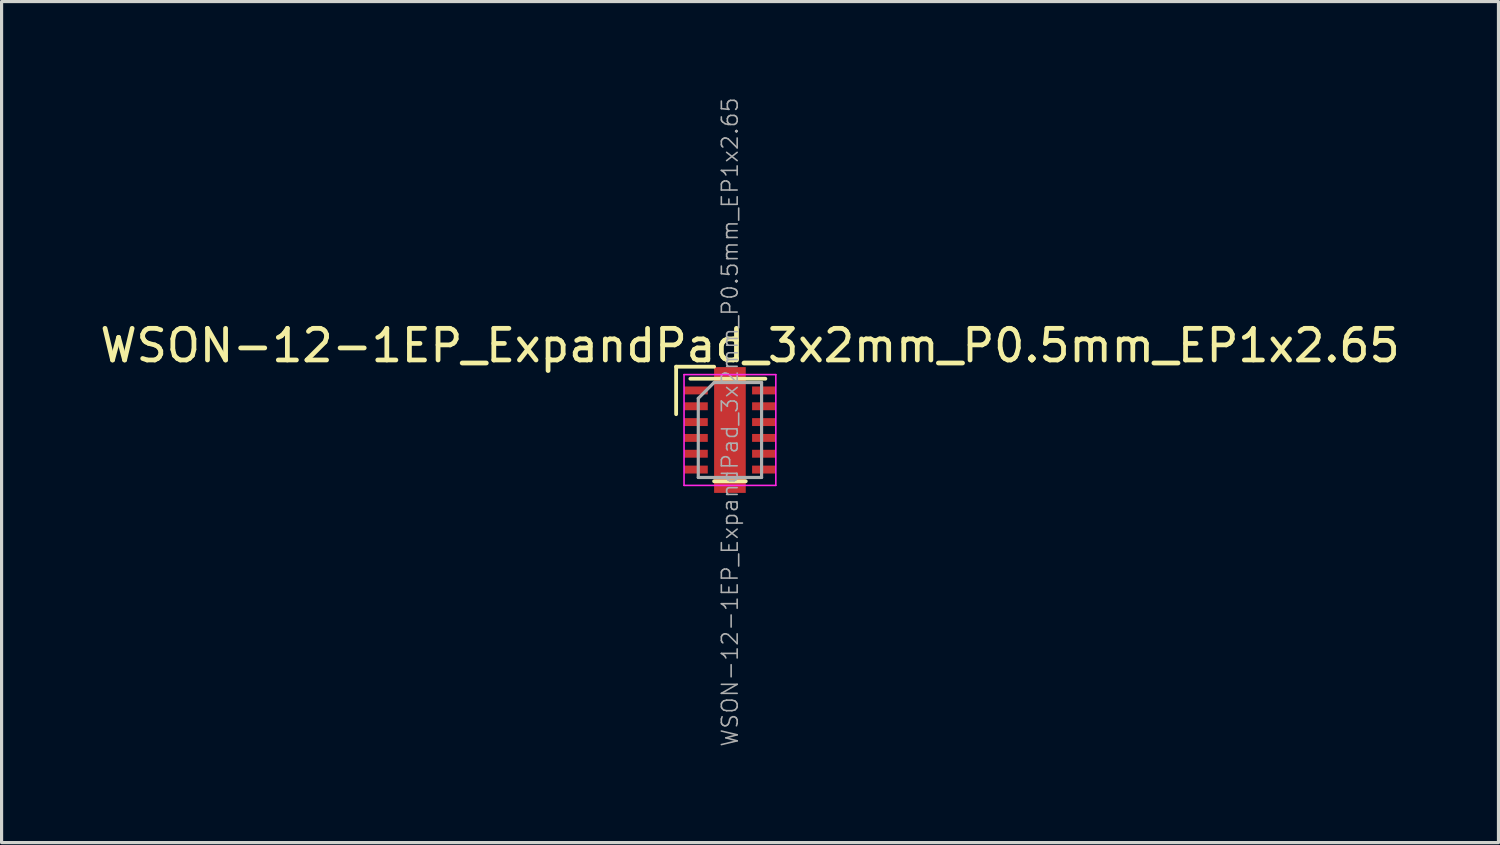
<source format=kicad_pcb>
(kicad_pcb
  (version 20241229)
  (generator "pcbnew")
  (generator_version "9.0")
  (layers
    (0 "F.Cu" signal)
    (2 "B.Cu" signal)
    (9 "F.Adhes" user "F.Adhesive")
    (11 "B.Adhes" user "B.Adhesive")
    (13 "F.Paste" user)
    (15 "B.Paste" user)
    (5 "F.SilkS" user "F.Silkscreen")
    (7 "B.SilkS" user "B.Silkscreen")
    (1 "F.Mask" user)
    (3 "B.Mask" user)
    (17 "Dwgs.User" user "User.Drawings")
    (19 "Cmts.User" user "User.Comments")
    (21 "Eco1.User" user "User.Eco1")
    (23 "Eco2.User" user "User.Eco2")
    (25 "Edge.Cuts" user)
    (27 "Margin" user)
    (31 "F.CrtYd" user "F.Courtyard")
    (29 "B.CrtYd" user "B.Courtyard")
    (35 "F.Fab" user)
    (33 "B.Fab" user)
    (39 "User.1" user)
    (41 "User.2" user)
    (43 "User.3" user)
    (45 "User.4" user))
  (footprint "WSON-12-1EP_ExpandPad_3x2mm_P0.5mm_EP1x2.65"
    (layer "F.Cu")
    (at 20.014 10.537)
    (property "Reference" "WSON-12-1EP_ExpandPad_3x2mm_P0.5mm_EP1x2.65" (at 0.635 -2.667 0) (layer "F.SilkS") (effects (font (size 1 1) (thickness 0.15))))
    (attr smd)
    (fp_line (start -1.7 -2) (end -0.5 -2) (stroke (width 0.12) (type solid)) (layer "F.SilkS"))
    (fp_line (start -1.7 -0.5) (end -1.7 -2) (stroke (width 0.12) (type solid)) (layer "F.SilkS"))
    (fp_line (start -1.25 -1.62) (end 1.12 -1.62) (stroke (width 0.12) (type solid)) (layer "F.SilkS"))
    (fp_line (start 0.5 1.62) (end -0.5 1.62) (stroke (width 0.12) (type solid)) (layer "F.SilkS"))
    (fp_line (start -1.45 -1.75) (end 1.45 -1.75) (stroke (width 0.05) (type solid)) (layer "F.CrtYd"))
    (fp_line (start -1.45 1.75) (end -1.45 -1.75) (stroke (width 0.05) (type solid)) (layer "F.CrtYd"))
    (fp_line (start 1.45 -1.75) (end 1.45 1.75) (stroke (width 0.05) (type solid)) (layer "F.CrtYd"))
    (fp_line (start 1.45 1.75) (end -1.45 1.75) (stroke (width 0.05) (type solid)) (layer "F.CrtYd"))
    (fp_line (start -1 -1) (end -0.5 -1.5) (stroke (width 0.1) (type solid)) (layer "F.Fab"))
    (fp_line (start -1 1.5) (end -1 -1) (stroke (width 0.1) (type solid)) (layer "F.Fab"))
    (fp_line (start -0.5 -1.5) (end 1 -1.5) (stroke (width 0.1) (type solid)) (layer "F.Fab"))
    (fp_line (start 1 -1.5) (end 1 1.5) (stroke (width 0.1) (type solid)) (layer "F.Fab"))
    (fp_line (start 1 1.5) (end -1 1.5) (stroke (width 0.1) (type solid)) (layer "F.Fab"))
    (fp_text user "${REFERENCE}" (at 0 -0.25 90) (layer "F.Fab") (effects (font (size 0.5 0.5) (thickness 0.05))))
    (pad "" smd rect (at 0 -0.685) (size 0.95 1.17) (layers "F.Paste"))
    (pad "" smd rect (at 0 0.685) (size 0.95 1.17) (layers "F.Paste"))
    (pad "1" smd rect (at -1.075 -1.25) (size 0.75 0.25) (layers "F.Cu" "F.Mask" "F.Paste"))
    (pad "2" smd rect (at -1.075 -0.75) (size 0.75 0.25) (layers "F.Cu" "F.Mask" "F.Paste"))
    (pad "3" smd rect (at -1.075 -0.25) (size 0.75 0.25) (layers "F.Cu" "F.Mask" "F.Paste"))
    (pad "4" smd rect (at -1.075 0.25) (size 0.75 0.25) (layers "F.Cu" "F.Mask" "F.Paste"))
    (pad "5" smd rect (at -1.075 0.75) (size 0.75 0.25) (layers "F.Cu" "F.Mask" "F.Paste"))
    (pad "6" smd rect (at -1.075 1.25) (size 0.75 0.25) (layers "F.Cu" "F.Mask" "F.Paste"))
    (pad "7" smd rect (at 1.075 1.25) (size 0.75 0.25) (layers "F.Cu" "F.Mask" "F.Paste"))
    (pad "8" smd rect (at 1.075 0.75) (size 0.75 0.25) (layers "F.Cu" "F.Mask" "F.Paste"))
    (pad "9" smd rect (at 1.075 0.25) (size 0.75 0.25) (layers "F.Cu" "F.Mask" "F.Paste"))
    (pad "10" smd rect (at 1.075 -0.25) (size 0.75 0.25) (layers "F.Cu" "F.Mask" "F.Paste"))
    (pad "11" smd rect (at 1.075 -0.75) (size 0.75 0.25) (layers "F.Cu" "F.Mask" "F.Paste"))
    (pad "12" smd rect (at 1.075 -1.25) (size 0.75 0.25) (layers "F.Cu" "F.Mask" "F.Paste"))
    (pad "13" smd rect (at 0 0) (size 1 3.975) (layers "F.Cu" "F.Mask")))
  (gr_rect
    (start -3 -3)
    (end 44.298 23.574)
    (stroke (width 0.1) (type default))
    (fill no)
    (layer "Edge.Cuts")))
</source>
